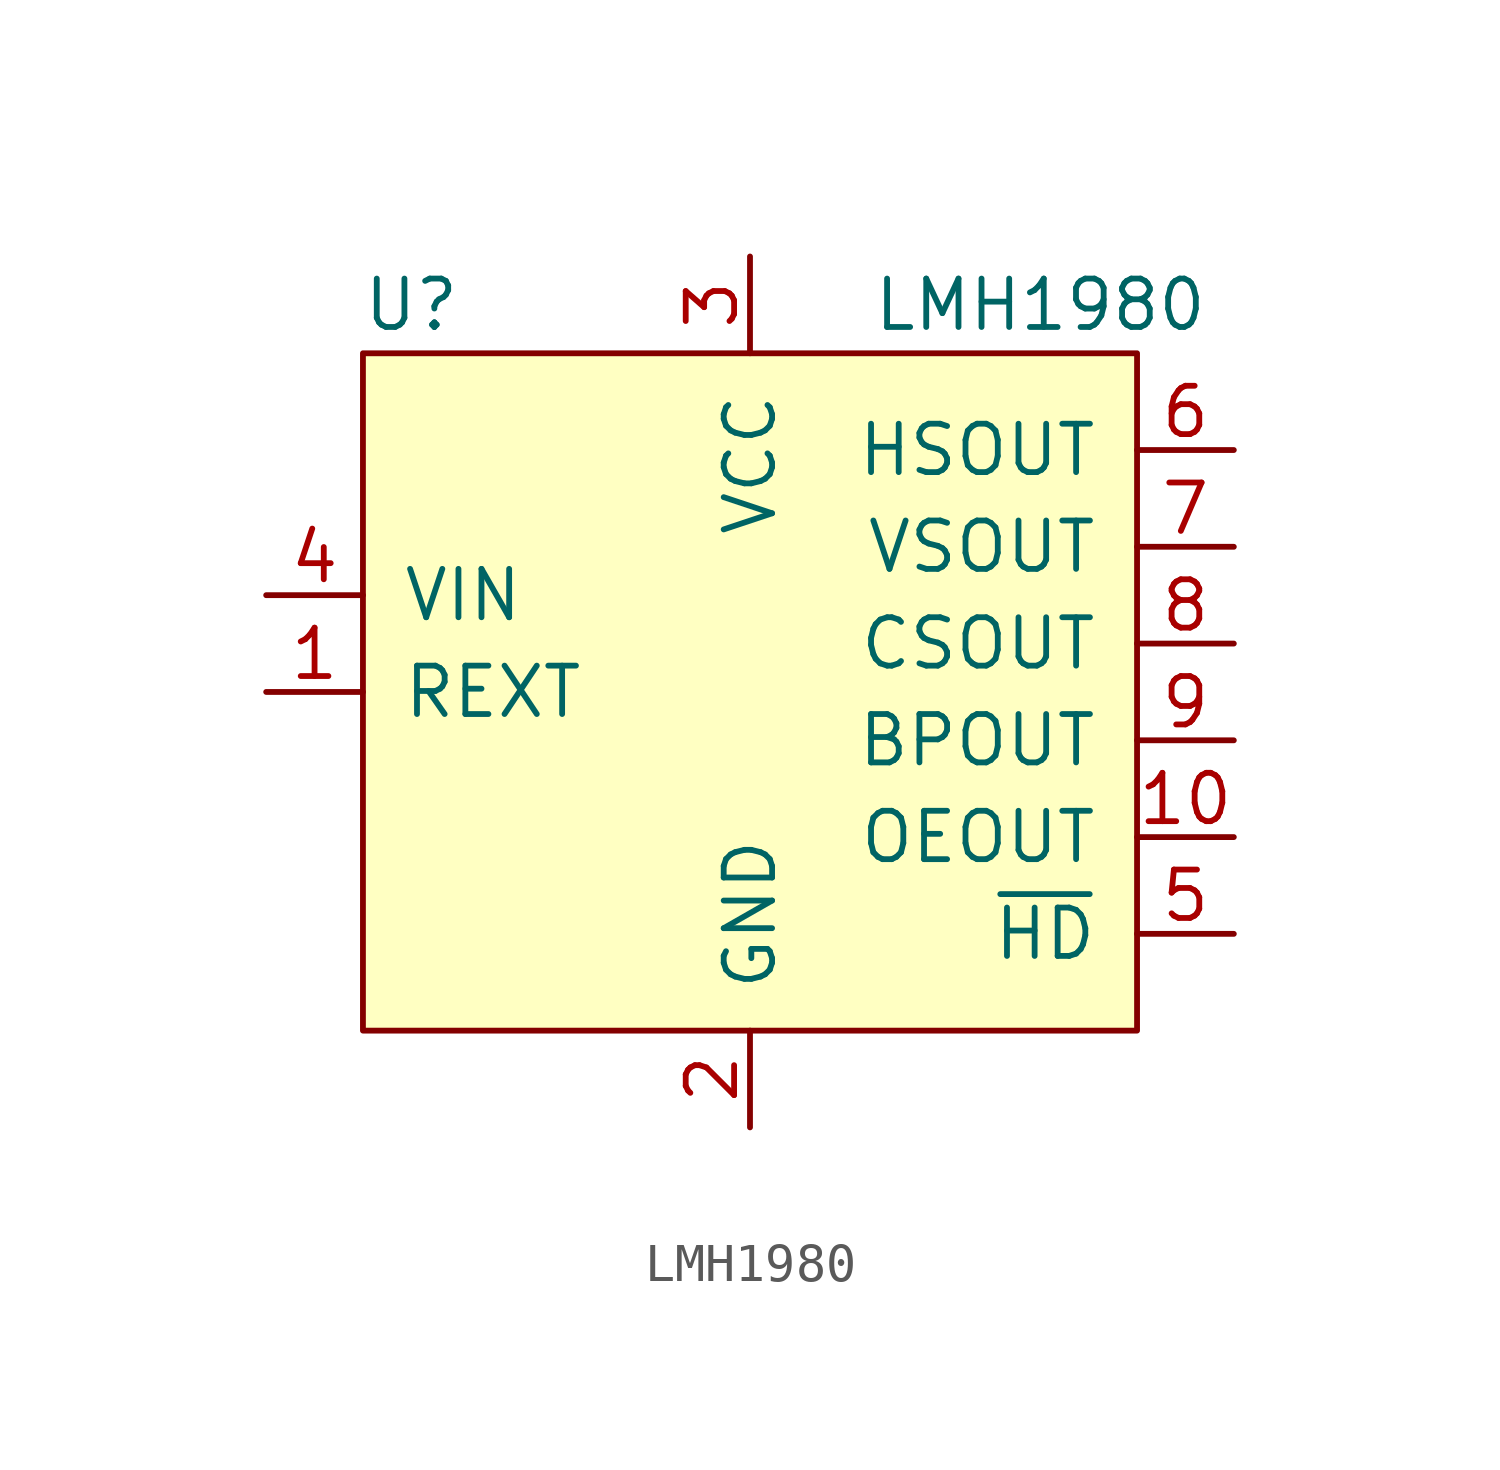
<source format=kicad_sym>
(kicad_symbol_lib
  (version 20220914)
  (generator kicad_symbol_editor)
  (symbol "LMH1980"
    (pin_names
      (offset 1.016))
    (property "Reference" "U"
      (at -8.89 10.16 0)
      (effects (font (size 1.27 1.27))))
    (property "Value" "LMH1980"
      (at 7.62 10.16 0)
      (effects (font (size 1.27 1.27))))
    (symbol "LMH1980_0_1"
      (rectangle (start 10.16 8.89) (end -10.16 -8.89) (stroke (width 0) (type solid)) (fill (type background))))
    (symbol "LMH1980_1_1"
      (pin input line (at -12.7 0 0) (length 2.54) (name "REXT" (effects (font (size 1.27 1.27)))) (number "1" (effects (font (size 1.27 1.27)))))
      (pin output line (at 12.7 -3.81 180) (length 2.54) (name "OEOUT" (effects (font (size 1.27 1.27)))) (number "10" (effects (font (size 1.27 1.27)))))
      (pin power_in line (at 0 -11.43 90) (length 2.54) (name "GND" (effects (font (size 1.27 1.27)))) (number "2" (effects (font (size 1.27 1.27)))))
      (pin power_in line (at 0 11.43 270) (length 2.54) (name "VCC" (effects (font (size 1.27 1.27)))) (number "3" (effects (font (size 1.27 1.27)))))
      (pin input line (at -12.7 2.54 0) (length 2.54) (name "VIN" (effects (font (size 1.27 1.27)))) (number "4" (effects (font (size 1.27 1.27)))))
      (pin output line (at 12.7 -6.35 180) (length 2.54) (name "~{HD}" (effects (font (size 1.27 1.27)))) (number "5" (effects (font (size 1.27 1.27)))))
      (pin output line (at 12.7 6.35 180) (length 2.54) (name "HSOUT" (effects (font (size 1.27 1.27)))) (number "6" (effects (font (size 1.27 1.27)))))
      (pin output line (at 12.7 3.81 180) (length 2.54) (name "VSOUT" (effects (font (size 1.27 1.27)))) (number "7" (effects (font (size 1.27 1.27)))))
      (pin output line (at 12.7 1.27 180) (length 2.54) (name "CSOUT" (effects (font (size 1.27 1.27)))) (number "8" (effects (font (size 1.27 1.27)))))
      (pin output line (at 12.7 -1.27 180) (length 2.54) (name "BPOUT" (effects (font (size 1.27 1.27)))) (number "9" (effects (font (size 1.27 1.27))))))))
</source>
